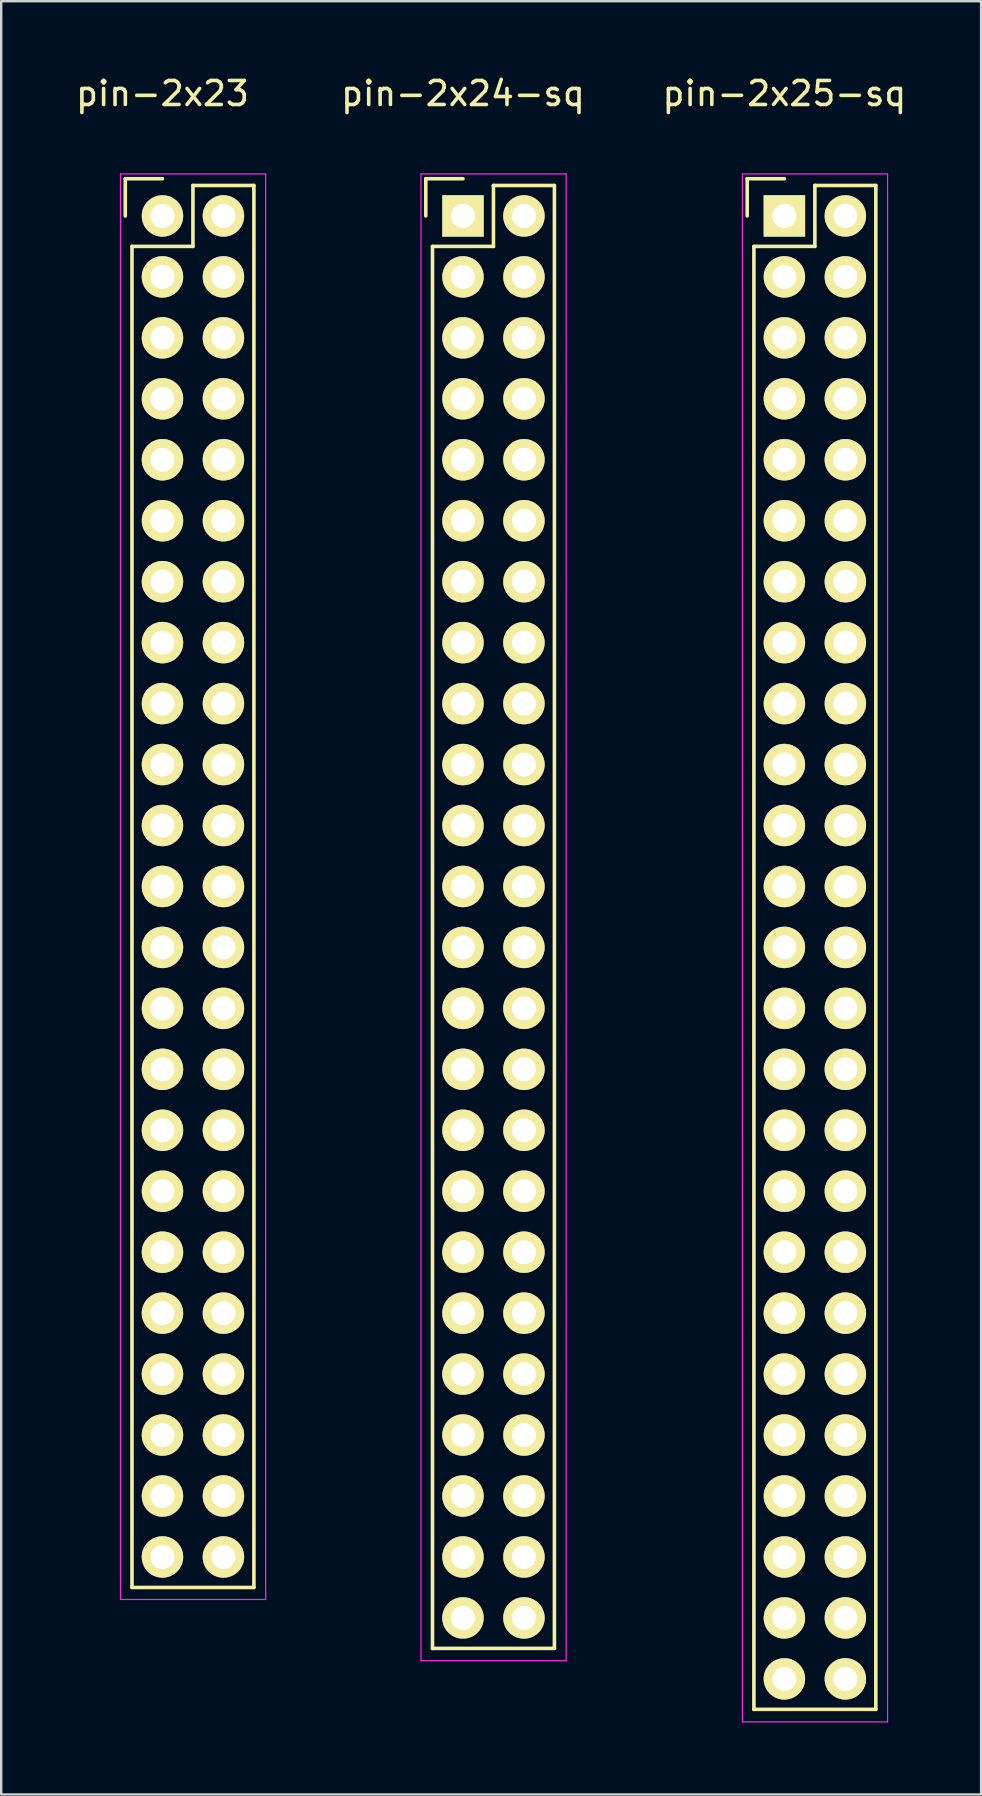
<source format=kicad_pcb>
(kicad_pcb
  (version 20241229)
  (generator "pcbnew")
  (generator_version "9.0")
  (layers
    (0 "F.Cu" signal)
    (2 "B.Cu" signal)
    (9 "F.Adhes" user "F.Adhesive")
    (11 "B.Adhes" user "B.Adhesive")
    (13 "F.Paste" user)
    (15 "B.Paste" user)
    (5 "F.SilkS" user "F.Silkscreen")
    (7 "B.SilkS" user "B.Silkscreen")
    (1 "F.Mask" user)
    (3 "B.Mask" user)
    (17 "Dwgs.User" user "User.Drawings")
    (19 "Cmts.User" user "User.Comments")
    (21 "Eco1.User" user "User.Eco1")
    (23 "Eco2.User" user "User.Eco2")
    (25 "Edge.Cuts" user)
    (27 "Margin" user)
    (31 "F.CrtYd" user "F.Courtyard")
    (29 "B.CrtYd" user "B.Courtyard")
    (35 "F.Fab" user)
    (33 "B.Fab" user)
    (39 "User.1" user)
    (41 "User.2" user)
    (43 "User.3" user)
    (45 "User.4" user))
  (footprint "pin-2x24-sq"
    (layer "F.Cu")
    (at 16.242 5.948)
    (property "Reference" "pin-2x24-sq" (at 0 -5.1 0) (layer "F.SilkS") (effects (font (size 1 1) (thickness 0.15))))
    (attr through_hole)
    (fp_line (start -1.55 -1.55) (end -1.55 0) (stroke (width 0.15) (type solid)) (layer "F.SilkS"))
    (fp_line (start -1.27 1.27) (end -1.27 59.69) (stroke (width 0.15) (type solid)) (layer "F.SilkS"))
    (fp_line (start 0 -1.55) (end -1.55 -1.55) (stroke (width 0.15) (type solid)) (layer "F.SilkS"))
    (fp_line (start 1.27 -1.27) (end 1.27 1.27) (stroke (width 0.15) (type solid)) (layer "F.SilkS"))
    (fp_line (start 1.27 1.27) (end -1.27 1.27) (stroke (width 0.15) (type solid)) (layer "F.SilkS"))
    (fp_line (start 3.81 -1.27) (end 1.27 -1.27) (stroke (width 0.15) (type solid)) (layer "F.SilkS"))
    (fp_line (start 3.81 59.69) (end -1.27 59.69) (stroke (width 0.15) (type solid)) (layer "F.SilkS"))
    (fp_line (start 3.81 59.69) (end 3.81 -1.27) (stroke (width 0.15) (type solid)) (layer "F.SilkS"))
    (fp_line (start -1.75 -1.75) (end -1.75 60.2) (stroke (width 0.05) (type solid)) (layer "F.CrtYd"))
    (fp_line (start -1.75 -1.75) (end 4.3 -1.75) (stroke (width 0.05) (type solid)) (layer "F.CrtYd"))
    (fp_line (start -1.75 60.2) (end 4.3 60.2) (stroke (width 0.05) (type solid)) (layer "F.CrtYd"))
    (fp_line (start 4.3 -1.75) (end 4.3 60.2) (stroke (width 0.05) (type solid)) (layer "F.CrtYd"))
    (pad "1" thru_hole rect (at 0 0) (size 1.727 1.727) (drill 1) (layers "*.Cu" "*.Mask" "F.SilkS"))
    (pad "2" thru_hole oval (at 2.54 0) (size 1.727 1.727) (drill 1) (layers "*.Cu" "*.Mask" "F.SilkS"))
    (pad "3" thru_hole oval (at 0 2.54) (size 1.727 1.727) (drill 1) (layers "*.Cu" "*.Mask" "F.SilkS"))
    (pad "4" thru_hole oval (at 2.54 2.54) (size 1.727 1.727) (drill 1) (layers "*.Cu" "*.Mask" "F.SilkS"))
    (pad "5" thru_hole oval (at 0 5.08) (size 1.727 1.727) (drill 1) (layers "*.Cu" "*.Mask" "F.SilkS"))
    (pad "6" thru_hole oval (at 2.54 5.08) (size 1.727 1.727) (drill 1) (layers "*.Cu" "*.Mask" "F.SilkS"))
    (pad "7" thru_hole oval (at 0 7.62) (size 1.727 1.727) (drill 1) (layers "*.Cu" "*.Mask" "F.SilkS"))
    (pad "8" thru_hole oval (at 2.54 7.62) (size 1.727 1.727) (drill 1) (layers "*.Cu" "*.Mask" "F.SilkS"))
    (pad "9" thru_hole oval (at 0 10.16) (size 1.727 1.727) (drill 1) (layers "*.Cu" "*.Mask" "F.SilkS"))
    (pad "10" thru_hole oval (at 2.54 10.16) (size 1.727 1.727) (drill 1) (layers "*.Cu" "*.Mask" "F.SilkS"))
    (pad "11" thru_hole oval (at 0 12.7) (size 1.727 1.727) (drill 1) (layers "*.Cu" "*.Mask" "F.SilkS"))
    (pad "12" thru_hole oval (at 2.54 12.7) (size 1.727 1.727) (drill 1) (layers "*.Cu" "*.Mask" "F.SilkS"))
    (pad "13" thru_hole oval (at 0 15.24) (size 1.727 1.727) (drill 1) (layers "*.Cu" "*.Mask" "F.SilkS"))
    (pad "14" thru_hole oval (at 2.54 15.24) (size 1.727 1.727) (drill 1) (layers "*.Cu" "*.Mask" "F.SilkS"))
    (pad "15" thru_hole oval (at 0 17.78) (size 1.727 1.727) (drill 1) (layers "*.Cu" "*.Mask" "F.SilkS"))
    (pad "16" thru_hole oval (at 2.54 17.78) (size 1.727 1.727) (drill 1) (layers "*.Cu" "*.Mask" "F.SilkS"))
    (pad "17" thru_hole oval (at 0 20.32) (size 1.727 1.727) (drill 1) (layers "*.Cu" "*.Mask" "F.SilkS"))
    (pad "18" thru_hole oval (at 2.54 20.32) (size 1.727 1.727) (drill 1) (layers "*.Cu" "*.Mask" "F.SilkS"))
    (pad "19" thru_hole oval (at 0 22.86) (size 1.727 1.727) (drill 1) (layers "*.Cu" "*.Mask" "F.SilkS"))
    (pad "20" thru_hole oval (at 2.54 22.86) (size 1.727 1.727) (drill 1) (layers "*.Cu" "*.Mask" "F.SilkS"))
    (pad "21" thru_hole oval (at 0 25.4) (size 1.727 1.727) (drill 1) (layers "*.Cu" "*.Mask" "F.SilkS"))
    (pad "22" thru_hole oval (at 2.54 25.4) (size 1.727 1.727) (drill 1) (layers "*.Cu" "*.Mask" "F.SilkS"))
    (pad "23" thru_hole oval (at 0 27.94) (size 1.727 1.727) (drill 1) (layers "*.Cu" "*.Mask" "F.SilkS"))
    (pad "24" thru_hole oval (at 2.54 27.94) (size 1.727 1.727) (drill 1) (layers "*.Cu" "*.Mask" "F.SilkS"))
    (pad "25" thru_hole oval (at 0 30.48) (size 1.727 1.727) (drill 1) (layers "*.Cu" "*.Mask" "F.SilkS"))
    (pad "26" thru_hole oval (at 2.54 30.48) (size 1.727 1.727) (drill 1) (layers "*.Cu" "*.Mask" "F.SilkS"))
    (pad "27" thru_hole oval (at 0 33.02) (size 1.727 1.727) (drill 1) (layers "*.Cu" "*.Mask" "F.SilkS"))
    (pad "28" thru_hole oval (at 2.54 33.02) (size 1.727 1.727) (drill 1) (layers "*.Cu" "*.Mask" "F.SilkS"))
    (pad "29" thru_hole oval (at 0 35.56) (size 1.727 1.727) (drill 1) (layers "*.Cu" "*.Mask" "F.SilkS"))
    (pad "30" thru_hole oval (at 2.54 35.56) (size 1.727 1.727) (drill 1) (layers "*.Cu" "*.Mask" "F.SilkS"))
    (pad "31" thru_hole oval (at 0 38.1) (size 1.727 1.727) (drill 1) (layers "*.Cu" "*.Mask" "F.SilkS"))
    (pad "32" thru_hole oval (at 2.54 38.1) (size 1.727 1.727) (drill 1) (layers "*.Cu" "*.Mask" "F.SilkS"))
    (pad "33" thru_hole oval (at 0 40.64) (size 1.727 1.727) (drill 1) (layers "*.Cu" "*.Mask" "F.SilkS"))
    (pad "34" thru_hole oval (at 2.54 40.64) (size 1.727 1.727) (drill 1) (layers "*.Cu" "*.Mask" "F.SilkS"))
    (pad "35" thru_hole oval (at 0 43.18) (size 1.727 1.727) (drill 1) (layers "*.Cu" "*.Mask" "F.SilkS"))
    (pad "36" thru_hole oval (at 2.54 43.18) (size 1.727 1.727) (drill 1) (layers "*.Cu" "*.Mask" "F.SilkS"))
    (pad "37" thru_hole oval (at 0 45.72) (size 1.727 1.727) (drill 1) (layers "*.Cu" "*.Mask" "F.SilkS"))
    (pad "38" thru_hole oval (at 2.54 45.72) (size 1.727 1.727) (drill 1) (layers "*.Cu" "*.Mask" "F.SilkS"))
    (pad "39" thru_hole oval (at 0 48.26) (size 1.727 1.727) (drill 1) (layers "*.Cu" "*.Mask" "F.SilkS"))
    (pad "40" thru_hole oval (at 2.54 48.26) (size 1.727 1.727) (drill 1) (layers "*.Cu" "*.Mask" "F.SilkS"))
    (pad "41" thru_hole oval (at 0 50.8) (size 1.727 1.727) (drill 1) (layers "*.Cu" "*.Mask" "F.SilkS"))
    (pad "42" thru_hole oval (at 2.54 50.8) (size 1.727 1.727) (drill 1) (layers "*.Cu" "*.Mask" "F.SilkS"))
    (pad "43" thru_hole oval (at 0 53.34) (size 1.727 1.727) (drill 1) (layers "*.Cu" "*.Mask" "F.SilkS"))
    (pad "44" thru_hole oval (at 2.54 53.34) (size 1.727 1.727) (drill 1) (layers "*.Cu" "*.Mask" "F.SilkS"))
    (pad "45" thru_hole oval (at 0 55.88) (size 1.727 1.727) (drill 1) (layers "*.Cu" "*.Mask" "F.SilkS"))
    (pad "46" thru_hole oval (at 2.54 55.88) (size 1.727 1.727) (drill 1) (layers "*.Cu" "*.Mask" "F.SilkS"))
    (pad "47" thru_hole oval (at 0 58.42) (size 1.727 1.727) (drill 1) (layers "*.Cu" "*.Mask" "F.SilkS"))
    (pad "48" thru_hole oval (at 2.54 58.42) (size 1.727 1.727) (drill 1) (layers "*.Cu" "*.Mask" "F.SilkS")))
  (footprint "pin-2x25-sq"
    (layer "F.Cu")
    (at 29.635 5.948)
    (property "Reference" "pin-2x25-sq" (at 0 -5.1 0) (layer "F.SilkS") (effects (font (size 1 1) (thickness 0.15))))
    (attr through_hole)
    (fp_line (start -1.55 -1.55) (end -1.55 0) (stroke (width 0.15) (type solid)) (layer "F.SilkS"))
    (fp_line (start -1.27 1.27) (end -1.27 62.23) (stroke (width 0.15) (type solid)) (layer "F.SilkS"))
    (fp_line (start 0 -1.55) (end -1.55 -1.55) (stroke (width 0.15) (type solid)) (layer "F.SilkS"))
    (fp_line (start 1.27 -1.27) (end 1.27 1.27) (stroke (width 0.15) (type solid)) (layer "F.SilkS"))
    (fp_line (start 1.27 1.27) (end -1.27 1.27) (stroke (width 0.15) (type solid)) (layer "F.SilkS"))
    (fp_line (start 3.81 -1.27) (end 1.27 -1.27) (stroke (width 0.15) (type solid)) (layer "F.SilkS"))
    (fp_line (start 3.81 62.23) (end -1.27 62.23) (stroke (width 0.15) (type solid)) (layer "F.SilkS"))
    (fp_line (start 3.81 62.23) (end 3.81 -1.27) (stroke (width 0.15) (type solid)) (layer "F.SilkS"))
    (fp_line (start -1.75 -1.75) (end -1.75 62.75) (stroke (width 0.05) (type solid)) (layer "F.CrtYd"))
    (fp_line (start -1.75 -1.75) (end 4.3 -1.75) (stroke (width 0.05) (type solid)) (layer "F.CrtYd"))
    (fp_line (start -1.75 62.75) (end 4.3 62.75) (stroke (width 0.05) (type solid)) (layer "F.CrtYd"))
    (fp_line (start 4.3 -1.75) (end 4.3 62.75) (stroke (width 0.05) (type solid)) (layer "F.CrtYd"))
    (pad "1" thru_hole rect (at 0 0) (size 1.727 1.727) (drill 1) (layers "*.Cu" "*.Mask" "F.SilkS"))
    (pad "2" thru_hole oval (at 2.54 0) (size 1.727 1.727) (drill 1) (layers "*.Cu" "*.Mask" "F.SilkS"))
    (pad "3" thru_hole oval (at 0 2.54) (size 1.727 1.727) (drill 1) (layers "*.Cu" "*.Mask" "F.SilkS"))
    (pad "4" thru_hole oval (at 2.54 2.54) (size 1.727 1.727) (drill 1) (layers "*.Cu" "*.Mask" "F.SilkS"))
    (pad "5" thru_hole oval (at 0 5.08) (size 1.727 1.727) (drill 1) (layers "*.Cu" "*.Mask" "F.SilkS"))
    (pad "6" thru_hole oval (at 2.54 5.08) (size 1.727 1.727) (drill 1) (layers "*.Cu" "*.Mask" "F.SilkS"))
    (pad "7" thru_hole oval (at 0 7.62) (size 1.727 1.727) (drill 1) (layers "*.Cu" "*.Mask" "F.SilkS"))
    (pad "8" thru_hole oval (at 2.54 7.62) (size 1.727 1.727) (drill 1) (layers "*.Cu" "*.Mask" "F.SilkS"))
    (pad "9" thru_hole oval (at 0 10.16) (size 1.727 1.727) (drill 1) (layers "*.Cu" "*.Mask" "F.SilkS"))
    (pad "10" thru_hole oval (at 2.54 10.16) (size 1.727 1.727) (drill 1) (layers "*.Cu" "*.Mask" "F.SilkS"))
    (pad "11" thru_hole oval (at 0 12.7) (size 1.727 1.727) (drill 1) (layers "*.Cu" "*.Mask" "F.SilkS"))
    (pad "12" thru_hole oval (at 2.54 12.7) (size 1.727 1.727) (drill 1) (layers "*.Cu" "*.Mask" "F.SilkS"))
    (pad "13" thru_hole oval (at 0 15.24) (size 1.727 1.727) (drill 1) (layers "*.Cu" "*.Mask" "F.SilkS"))
    (pad "14" thru_hole oval (at 2.54 15.24) (size 1.727 1.727) (drill 1) (layers "*.Cu" "*.Mask" "F.SilkS"))
    (pad "15" thru_hole oval (at 0 17.78) (size 1.727 1.727) (drill 1) (layers "*.Cu" "*.Mask" "F.SilkS"))
    (pad "16" thru_hole oval (at 2.54 17.78) (size 1.727 1.727) (drill 1) (layers "*.Cu" "*.Mask" "F.SilkS"))
    (pad "17" thru_hole oval (at 0 20.32) (size 1.727 1.727) (drill 1) (layers "*.Cu" "*.Mask" "F.SilkS"))
    (pad "18" thru_hole oval (at 2.54 20.32) (size 1.727 1.727) (drill 1) (layers "*.Cu" "*.Mask" "F.SilkS"))
    (pad "19" thru_hole oval (at 0 22.86) (size 1.727 1.727) (drill 1) (layers "*.Cu" "*.Mask" "F.SilkS"))
    (pad "20" thru_hole oval (at 2.54 22.86) (size 1.727 1.727) (drill 1) (layers "*.Cu" "*.Mask" "F.SilkS"))
    (pad "21" thru_hole oval (at 0 25.4) (size 1.727 1.727) (drill 1) (layers "*.Cu" "*.Mask" "F.SilkS"))
    (pad "22" thru_hole oval (at 2.54 25.4) (size 1.727 1.727) (drill 1) (layers "*.Cu" "*.Mask" "F.SilkS"))
    (pad "23" thru_hole oval (at 0 27.94) (size 1.727 1.727) (drill 1) (layers "*.Cu" "*.Mask" "F.SilkS"))
    (pad "24" thru_hole oval (at 2.54 27.94) (size 1.727 1.727) (drill 1) (layers "*.Cu" "*.Mask" "F.SilkS"))
    (pad "25" thru_hole oval (at 0 30.48) (size 1.727 1.727) (drill 1) (layers "*.Cu" "*.Mask" "F.SilkS"))
    (pad "26" thru_hole oval (at 2.54 30.48) (size 1.727 1.727) (drill 1) (layers "*.Cu" "*.Mask" "F.SilkS"))
    (pad "27" thru_hole oval (at 0 33.02) (size 1.727 1.727) (drill 1) (layers "*.Cu" "*.Mask" "F.SilkS"))
    (pad "28" thru_hole oval (at 2.54 33.02) (size 1.727 1.727) (drill 1) (layers "*.Cu" "*.Mask" "F.SilkS"))
    (pad "29" thru_hole oval (at 0 35.56) (size 1.727 1.727) (drill 1) (layers "*.Cu" "*.Mask" "F.SilkS"))
    (pad "30" thru_hole oval (at 2.54 35.56) (size 1.727 1.727) (drill 1) (layers "*.Cu" "*.Mask" "F.SilkS"))
    (pad "31" thru_hole oval (at 0 38.1) (size 1.727 1.727) (drill 1) (layers "*.Cu" "*.Mask" "F.SilkS"))
    (pad "32" thru_hole oval (at 2.54 38.1) (size 1.727 1.727) (drill 1) (layers "*.Cu" "*.Mask" "F.SilkS"))
    (pad "33" thru_hole oval (at 0 40.64) (size 1.727 1.727) (drill 1) (layers "*.Cu" "*.Mask" "F.SilkS"))
    (pad "34" thru_hole oval (at 2.54 40.64) (size 1.727 1.727) (drill 1) (layers "*.Cu" "*.Mask" "F.SilkS"))
    (pad "35" thru_hole oval (at 0 43.18) (size 1.727 1.727) (drill 1) (layers "*.Cu" "*.Mask" "F.SilkS"))
    (pad "36" thru_hole oval (at 2.54 43.18) (size 1.727 1.727) (drill 1) (layers "*.Cu" "*.Mask" "F.SilkS"))
    (pad "37" thru_hole oval (at 0 45.72) (size 1.727 1.727) (drill 1) (layers "*.Cu" "*.Mask" "F.SilkS"))
    (pad "38" thru_hole oval (at 2.54 45.72) (size 1.727 1.727) (drill 1) (layers "*.Cu" "*.Mask" "F.SilkS"))
    (pad "39" thru_hole oval (at 0 48.26) (size 1.727 1.727) (drill 1) (layers "*.Cu" "*.Mask" "F.SilkS"))
    (pad "40" thru_hole oval (at 2.54 48.26) (size 1.727 1.727) (drill 1) (layers "*.Cu" "*.Mask" "F.SilkS"))
    (pad "41" thru_hole oval (at 0 50.8) (size 1.727 1.727) (drill 1) (layers "*.Cu" "*.Mask" "F.SilkS"))
    (pad "42" thru_hole oval (at 2.54 50.8) (size 1.727 1.727) (drill 1) (layers "*.Cu" "*.Mask" "F.SilkS"))
    (pad "43" thru_hole oval (at 0 53.34) (size 1.727 1.727) (drill 1) (layers "*.Cu" "*.Mask" "F.SilkS"))
    (pad "44" thru_hole oval (at 2.54 53.34) (size 1.727 1.727) (drill 1) (layers "*.Cu" "*.Mask" "F.SilkS"))
    (pad "45" thru_hole oval (at 0 55.88) (size 1.727 1.727) (drill 1) (layers "*.Cu" "*.Mask" "F.SilkS"))
    (pad "46" thru_hole oval (at 2.54 55.88) (size 1.727 1.727) (drill 1) (layers "*.Cu" "*.Mask" "F.SilkS"))
    (pad "47" thru_hole oval (at 0 58.42) (size 1.727 1.727) (drill 1) (layers "*.Cu" "*.Mask" "F.SilkS"))
    (pad "48" thru_hole oval (at 2.54 58.42) (size 1.727 1.727) (drill 1) (layers "*.Cu" "*.Mask" "F.SilkS"))
    (pad "49" thru_hole oval (at 0 60.96) (size 1.727 1.727) (drill 1) (layers "*.Cu" "*.Mask" "F.SilkS"))
    (pad "50" thru_hole oval (at 2.54 60.96) (size 1.727 1.727) (drill 1) (layers "*.Cu" "*.Mask" "F.SilkS")))
  (footprint "pin-2x23"
    (layer "F.Cu")
    (at 3.72 5.948)
    (property "Reference" "pin-2x23" (at 0 -5.1 0) (layer "F.SilkS") (effects (font (size 1 1) (thickness 0.15))))
    (attr through_hole)
    (fp_line (start -1.55 -1.55) (end -1.55 0) (stroke (width 0.15) (type solid)) (layer "F.SilkS"))
    (fp_line (start -1.27 57.15) (end -1.27 1.27) (stroke (width 0.15) (type solid)) (layer "F.SilkS"))
    (fp_line (start 0 -1.55) (end -1.55 -1.55) (stroke (width 0.15) (type solid)) (layer "F.SilkS"))
    (fp_line (start 1.27 -1.27) (end 1.27 1.27) (stroke (width 0.15) (type solid)) (layer "F.SilkS"))
    (fp_line (start 1.27 1.27) (end -1.27 1.27) (stroke (width 0.15) (type solid)) (layer "F.SilkS"))
    (fp_line (start 3.81 -1.27) (end 1.27 -1.27) (stroke (width 0.15) (type solid)) (layer "F.SilkS"))
    (fp_line (start 3.81 57.15) (end -1.27 57.15) (stroke (width 0.15) (type solid)) (layer "F.SilkS"))
    (fp_line (start 3.81 57.15) (end 3.81 -1.27) (stroke (width 0.15) (type solid)) (layer "F.SilkS"))
    (fp_line (start -1.75 -1.75) (end -1.75 57.65) (stroke (width 0.05) (type solid)) (layer "F.CrtYd"))
    (fp_line (start -1.75 -1.75) (end 4.3 -1.75) (stroke (width 0.05) (type solid)) (layer "F.CrtYd"))
    (fp_line (start -1.75 57.65) (end 4.3 57.65) (stroke (width 0.05) (type solid)) (layer "F.CrtYd"))
    (fp_line (start 4.3 -1.75) (end 4.3 57.65) (stroke (width 0.05) (type solid)) (layer "F.CrtYd"))
    (pad "1" thru_hole oval (at 0 0) (size 1.727 1.727) (drill 1) (layers "*.Cu" "*.Mask" "F.SilkS"))
    (pad "2" thru_hole oval (at 2.54 0) (size 1.727 1.727) (drill 1) (layers "*.Cu" "*.Mask" "F.SilkS"))
    (pad "3" thru_hole oval (at 0 2.54) (size 1.727 1.727) (drill 1) (layers "*.Cu" "*.Mask" "F.SilkS"))
    (pad "4" thru_hole oval (at 2.54 2.54) (size 1.727 1.727) (drill 1) (layers "*.Cu" "*.Mask" "F.SilkS"))
    (pad "5" thru_hole oval (at 0 5.08) (size 1.727 1.727) (drill 1) (layers "*.Cu" "*.Mask" "F.SilkS"))
    (pad "6" thru_hole oval (at 2.54 5.08) (size 1.727 1.727) (drill 1) (layers "*.Cu" "*.Mask" "F.SilkS"))
    (pad "7" thru_hole oval (at 0 7.62) (size 1.727 1.727) (drill 1) (layers "*.Cu" "*.Mask" "F.SilkS"))
    (pad "8" thru_hole oval (at 2.54 7.62) (size 1.727 1.727) (drill 1) (layers "*.Cu" "*.Mask" "F.SilkS"))
    (pad "9" thru_hole oval (at 0 10.16) (size 1.727 1.727) (drill 1) (layers "*.Cu" "*.Mask" "F.SilkS"))
    (pad "10" thru_hole oval (at 2.54 10.16) (size 1.727 1.727) (drill 1) (layers "*.Cu" "*.Mask" "F.SilkS"))
    (pad "11" thru_hole oval (at 0 12.7) (size 1.727 1.727) (drill 1) (layers "*.Cu" "*.Mask" "F.SilkS"))
    (pad "12" thru_hole oval (at 2.54 12.7) (size 1.727 1.727) (drill 1) (layers "*.Cu" "*.Mask" "F.SilkS"))
    (pad "13" thru_hole oval (at 0 15.24) (size 1.727 1.727) (drill 1) (layers "*.Cu" "*.Mask" "F.SilkS"))
    (pad "14" thru_hole oval (at 2.54 15.24) (size 1.727 1.727) (drill 1) (layers "*.Cu" "*.Mask" "F.SilkS"))
    (pad "15" thru_hole oval (at 0 17.78) (size 1.727 1.727) (drill 1) (layers "*.Cu" "*.Mask" "F.SilkS"))
    (pad "16" thru_hole oval (at 2.54 17.78) (size 1.727 1.727) (drill 1) (layers "*.Cu" "*.Mask" "F.SilkS"))
    (pad "17" thru_hole oval (at 0 20.32) (size 1.727 1.727) (drill 1) (layers "*.Cu" "*.Mask" "F.SilkS"))
    (pad "18" thru_hole oval (at 2.54 20.32) (size 1.727 1.727) (drill 1) (layers "*.Cu" "*.Mask" "F.SilkS"))
    (pad "19" thru_hole oval (at 0 22.86) (size 1.727 1.727) (drill 1) (layers "*.Cu" "*.Mask" "F.SilkS"))
    (pad "20" thru_hole oval (at 2.54 22.86) (size 1.727 1.727) (drill 1) (layers "*.Cu" "*.Mask" "F.SilkS"))
    (pad "21" thru_hole oval (at 0 25.4) (size 1.727 1.727) (drill 1) (layers "*.Cu" "*.Mask" "F.SilkS"))
    (pad "22" thru_hole oval (at 2.54 25.4) (size 1.727 1.727) (drill 1) (layers "*.Cu" "*.Mask" "F.SilkS"))
    (pad "23" thru_hole oval (at 0 27.94) (size 1.727 1.727) (drill 1) (layers "*.Cu" "*.Mask" "F.SilkS"))
    (pad "24" thru_hole oval (at 2.54 27.94) (size 1.727 1.727) (drill 1) (layers "*.Cu" "*.Mask" "F.SilkS"))
    (pad "25" thru_hole oval (at 0 30.48) (size 1.727 1.727) (drill 1) (layers "*.Cu" "*.Mask" "F.SilkS"))
    (pad "26" thru_hole oval (at 2.54 30.48) (size 1.727 1.727) (drill 1) (layers "*.Cu" "*.Mask" "F.SilkS"))
    (pad "27" thru_hole oval (at 0 33.02) (size 1.727 1.727) (drill 1) (layers "*.Cu" "*.Mask" "F.SilkS"))
    (pad "28" thru_hole oval (at 2.54 33.02) (size 1.727 1.727) (drill 1) (layers "*.Cu" "*.Mask" "F.SilkS"))
    (pad "29" thru_hole oval (at 0 35.56) (size 1.727 1.727) (drill 1) (layers "*.Cu" "*.Mask" "F.SilkS"))
    (pad "30" thru_hole oval (at 2.54 35.56) (size 1.727 1.727) (drill 1) (layers "*.Cu" "*.Mask" "F.SilkS"))
    (pad "31" thru_hole oval (at 0 38.1) (size 1.727 1.727) (drill 1) (layers "*.Cu" "*.Mask" "F.SilkS"))
    (pad "32" thru_hole oval (at 2.54 38.1) (size 1.727 1.727) (drill 1) (layers "*.Cu" "*.Mask" "F.SilkS"))
    (pad "33" thru_hole oval (at 0 40.64) (size 1.727 1.727) (drill 1) (layers "*.Cu" "*.Mask" "F.SilkS"))
    (pad "34" thru_hole oval (at 2.54 40.64) (size 1.727 1.727) (drill 1) (layers "*.Cu" "*.Mask" "F.SilkS"))
    (pad "35" thru_hole oval (at 0 43.18) (size 1.727 1.727) (drill 1) (layers "*.Cu" "*.Mask" "F.SilkS"))
    (pad "36" thru_hole oval (at 2.54 43.18) (size 1.727 1.727) (drill 1) (layers "*.Cu" "*.Mask" "F.SilkS"))
    (pad "37" thru_hole oval (at 0 45.72) (size 1.727 1.727) (drill 1) (layers "*.Cu" "*.Mask" "F.SilkS"))
    (pad "38" thru_hole oval (at 2.54 45.72) (size 1.727 1.727) (drill 1) (layers "*.Cu" "*.Mask" "F.SilkS"))
    (pad "39" thru_hole oval (at 0 48.26) (size 1.727 1.727) (drill 1) (layers "*.Cu" "*.Mask" "F.SilkS"))
    (pad "40" thru_hole oval (at 2.54 48.26) (size 1.727 1.727) (drill 1) (layers "*.Cu" "*.Mask" "F.SilkS"))
    (pad "41" thru_hole oval (at 0 50.8) (size 1.727 1.727) (drill 1) (layers "*.Cu" "*.Mask" "F.SilkS"))
    (pad "42" thru_hole oval (at 2.54 50.8) (size 1.727 1.727) (drill 1) (layers "*.Cu" "*.Mask" "F.SilkS"))
    (pad "43" thru_hole oval (at 0 53.34) (size 1.727 1.727) (drill 1) (layers "*.Cu" "*.Mask" "F.SilkS"))
    (pad "44" thru_hole oval (at 2.54 53.34) (size 1.727 1.727) (drill 1) (layers "*.Cu" "*.Mask" "F.SilkS"))
    (pad "45" thru_hole oval (at 0 55.88) (size 1.727 1.727) (drill 1) (layers "*.Cu" "*.Mask" "F.SilkS"))
    (pad "46" thru_hole oval (at 2.54 55.88) (size 1.727 1.727) (drill 1) (layers "*.Cu" "*.Mask" "F.SilkS")))
  (gr_rect
    (start -3 -3)
    (end 37.831 71.723)
    (stroke (width 0.1) (type default))
    (fill no)
    (layer "Edge.Cuts")))
</source>
